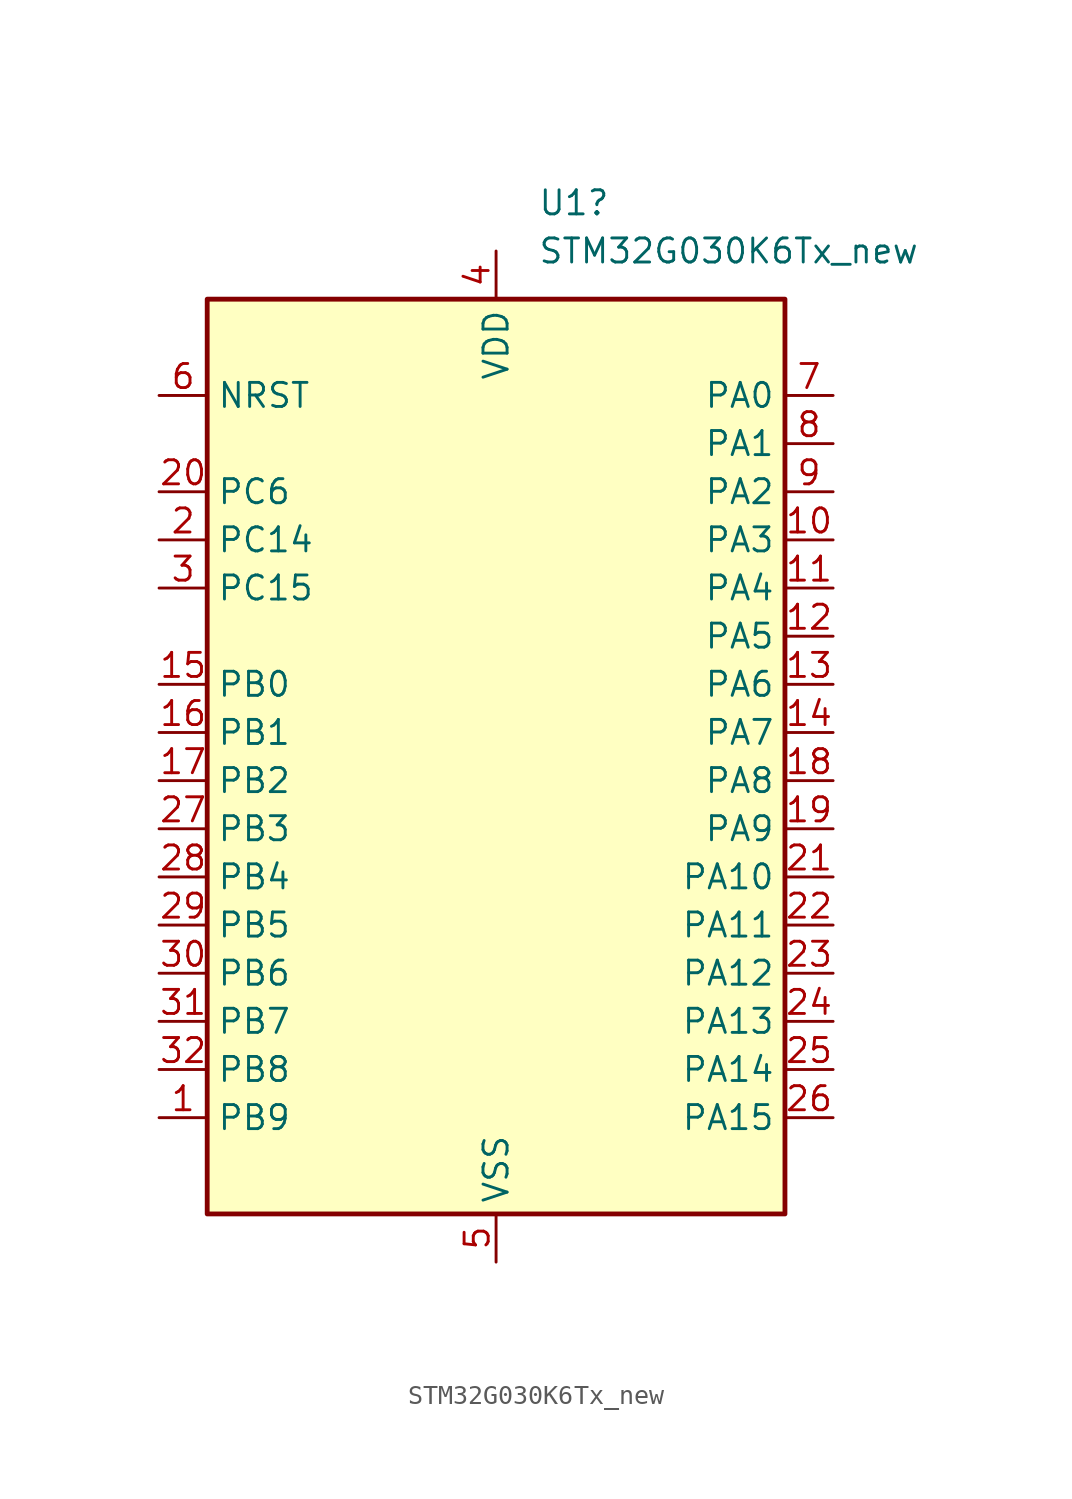
<source format=kicad_sym>
(kicad_symbol_lib
  (version 20231120)
  (generator "kicad_symbol_editor")
  (generator_version "8.0")
  (symbol "STM32G030K6Tx_new"
    (property "Reference" "U1"
      (at 2.194 30.48 0)
      (effects (font (size 1.27 1.27)) (justify left)))
    (property "Value" "STM32G030K6Tx_new"
      (at 2.194 27.94 0)
      (effects (font (size 1.27 1.27)) (justify left)))
    (symbol "STM32G030K6Tx_new_0_1"
      (rectangle (start -15.24 25.4) (end 15.24 -22.86) (stroke (width 0.254) (type default)) (fill (type background))))
    (symbol "STM32G030K6Tx_new_1_1"
      (pin bidirectional line (at -17.78 -17.78 0) (length 2.54) (name "PB9" (effects (font (size 1.27 1.27)))) (number "1" (effects (font (size 1.27 1.27)))) (alternate "I2C1_SDA" bidirectional line) (alternate "IR_OUT" bidirectional line) (alternate "SPI2_NSS" bidirectional line) (alternate "TIM17_CH1" bidirectional line))
      (pin bidirectional line (at 17.78 12.7 180) (length 2.54) (name "PA3" (effects (font (size 1.27 1.27)))) (number "10" (effects (font (size 1.27 1.27)))) (alternate "ADC1_IN3" bidirectional line) (alternate "SPI2_MISO" bidirectional line) (alternate "USART2_RX" bidirectional line))
      (pin bidirectional line (at 17.78 10.16 180) (length 2.54) (name "PA4" (effects (font (size 1.27 1.27)))) (number "11" (effects (font (size 1.27 1.27)))) (alternate "ADC1_IN4" bidirectional line) (alternate "I2S1_WS" bidirectional line) (alternate "RTC_OUT_ALARM" bidirectional line) (alternate "RTC_OUT_CALIB" bidirectional line) (alternate "RTC_TAMP_IN1" bidirectional line) (alternate "RTC_TS" bidirectional line) (alternate "SPI1_NSS" bidirectional line) (alternate "SPI2_MOSI" bidirectional line) (alternate "SYS_WKUP2" bidirectional line) (alternate "TIM14_CH1" bidirectional line))
      (pin bidirectional line (at 17.78 7.62 180) (length 2.54) (name "PA5" (effects (font (size 1.27 1.27)))) (number "12" (effects (font (size 1.27 1.27)))) (alternate "ADC1_IN5" bidirectional line) (alternate "I2S1_CK" bidirectional line) (alternate "SPI1_SCK" bidirectional line))
      (pin bidirectional line (at 17.78 5.08 180) (length 2.54) (name "PA6" (effects (font (size 1.27 1.27)))) (number "13" (effects (font (size 1.27 1.27)))) (alternate "ADC1_IN6" bidirectional line) (alternate "I2S1_MCK" bidirectional line) (alternate "SPI1_MISO" bidirectional line) (alternate "TIM16_CH1" bidirectional line) (alternate "TIM1_BK" bidirectional line) (alternate "TIM3_CH1" bidirectional line))
      (pin bidirectional line (at 17.78 2.54 180) (length 2.54) (name "PA7" (effects (font (size 1.27 1.27)))) (number "14" (effects (font (size 1.27 1.27)))) (alternate "ADC1_IN7" bidirectional line) (alternate "I2S1_SD" bidirectional line) (alternate "SPI1_MOSI" bidirectional line) (alternate "TIM14_CH1" bidirectional line) (alternate "TIM17_CH1" bidirectional line) (alternate "TIM1_CH1N" bidirectional line) (alternate "TIM3_CH2" bidirectional line))
      (pin bidirectional line (at -17.78 5.08 0) (length 2.54) (name "PB0" (effects (font (size 1.27 1.27)))) (number "15" (effects (font (size 1.27 1.27)))) (alternate "ADC1_IN8" bidirectional line) (alternate "I2S1_WS" bidirectional line) (alternate "SPI1_NSS" bidirectional line) (alternate "TIM1_CH2N" bidirectional line) (alternate "TIM3_CH3" bidirectional line))
      (pin bidirectional line (at -17.78 2.54 0) (length 2.54) (name "PB1" (effects (font (size 1.27 1.27)))) (number "16" (effects (font (size 1.27 1.27)))) (alternate "ADC1_IN9" bidirectional line) (alternate "TIM14_CH1" bidirectional line) (alternate "TIM1_CH3N" bidirectional line) (alternate "TIM3_CH4" bidirectional line))
      (pin bidirectional line (at -17.78 0 0) (length 2.54) (name "PB2" (effects (font (size 1.27 1.27)))) (number "17" (effects (font (size 1.27 1.27)))) (alternate "ADC1_IN10" bidirectional line) (alternate "SPI2_MISO" bidirectional line))
      (pin bidirectional line (at 17.78 0 180) (length 2.54) (name "PA8" (effects (font (size 1.27 1.27)))) (number "18" (effects (font (size 1.27 1.27)))) (alternate "RCC_MCO" bidirectional line) (alternate "SPI2_NSS" bidirectional line) (alternate "TIM1_CH1" bidirectional line))
      (pin bidirectional line (at 17.78 -2.54 180) (length 2.54) (name "PA9" (effects (font (size 1.27 1.27)))) (number "19" (effects (font (size 1.27 1.27)))) (alternate "I2C1_SCL (PA9)" bidirectional line) (alternate "NC" bidirectional line) (alternate "PA9" bidirectional line) (alternate "RCC_MCO (PA9)" bidirectional line) (alternate "SPI2_MISO (PA9)" bidirectional line) (alternate "TIM1_CH2 (PA9)" bidirectional line) (alternate "USART1_TX (PA9)" bidirectional line))
      (pin bidirectional line (at -17.78 12.7 0) (length 2.54) (name "PC14" (effects (font (size 1.27 1.27)))) (number "2" (effects (font (size 1.27 1.27)))) (alternate "RCC_OSC32_IN" bidirectional line) (alternate "RCC_OSC_IN" bidirectional line) (alternate "TIM1_BK2" bidirectional line))
      (pin bidirectional line (at -17.78 15.24 0) (length 2.54) (name "PC6" (effects (font (size 1.27 1.27)))) (number "20" (effects (font (size 1.27 1.27)))) (alternate "TIM3_CH1" bidirectional line))
      (pin bidirectional line (at 17.78 -5.08 180) (length 2.54) (name "PA10" (effects (font (size 1.27 1.27)))) (number "21" (effects (font (size 1.27 1.27)))) (alternate "I2C1_SDA (PA10)" bidirectional line) (alternate "NC" bidirectional line) (alternate "PA10" bidirectional line) (alternate "SPI2_MOSI (PA10)" bidirectional line) (alternate "TIM17_BK (PA10)" bidirectional line) (alternate "TIM1_CH3 (PA10)" bidirectional line) (alternate "USART1_RX (PA10)" bidirectional line))
      (pin bidirectional line (at 17.78 -7.62 180) (length 2.54) (name "PA11" (effects (font (size 1.27 1.27)))) (number "22" (effects (font (size 1.27 1.27)))) (alternate "ADC1_EXTI11 (PA11)" bidirectional line) (alternate "ADC1_IN15 (PA11)" bidirectional line) (alternate "I2C1_SCL (PA9)" bidirectional line) (alternate "I2C2_SCL (PA11)" bidirectional line) (alternate "I2S1_MCK (PA11)" bidirectional line) (alternate "PA11" bidirectional line) (alternate "PA9" bidirectional line) (alternate "RCC_MCO (PA9)" bidirectional line) (alternate "SPI1_MISO (PA11)" bidirectional line) (alternate "SPI2_MISO (PA9)" bidirectional line) (alternate "TIM1_BK2 (PA11)" bidirectional line) (alternate "TIM1_CH2 (PA9)" bidirectional line) (alternate "TIM1_CH4 (PA11)" bidirectional line) (alternate "USART1_CTS (PA11)" bidirectional line) (alternate "USART1_NSS (PA11)" bidirectional line) (alternate "USART1_TX (PA9)" bidirectional line))
      (pin bidirectional line (at 17.78 -10.16 180) (length 2.54) (name "PA12" (effects (font (size 1.27 1.27)))) (number "23" (effects (font (size 1.27 1.27)))) (alternate "ADC1_IN16 (PA12)" bidirectional line) (alternate "I2C1_SDA (PA10)" bidirectional line) (alternate "I2C2_SDA (PA12)" bidirectional line) (alternate "I2S1_SD (PA12)" bidirectional line) (alternate "I2S_CKIN (PA12)" bidirectional line) (alternate "PA10" bidirectional line) (alternate "PA12" bidirectional line) (alternate "SPI1_MOSI (PA12)" bidirectional line) (alternate "SPI2_MOSI (PA10)" bidirectional line) (alternate "TIM17_BK (PA10)" bidirectional line) (alternate "TIM1_CH3 (PA10)" bidirectional line) (alternate "TIM1_ETR (PA12)" bidirectional line) (alternate "USART1_CK (PA12)" bidirectional line) (alternate "USART1_DE (PA12)" bidirectional line) (alternate "USART1_RTS (PA12)" bidirectional line) (alternate "USART1_RX (PA10)" bidirectional line))
      (pin bidirectional line (at 17.78 -12.7 180) (length 2.54) (name "PA13" (effects (font (size 1.27 1.27)))) (number "24" (effects (font (size 1.27 1.27)))) (alternate "ADC1_IN17" bidirectional line) (alternate "IR_OUT" bidirectional line) (alternate "SYS_SWDIO" bidirectional line))
      (pin bidirectional line (at 17.78 -15.24 180) (length 2.54) (name "PA14" (effects (font (size 1.27 1.27)))) (number "25" (effects (font (size 1.27 1.27)))) (alternate "ADC1_IN18" bidirectional line) (alternate "SYS_SWCLK" bidirectional line) (alternate "USART2_TX" bidirectional line))
      (pin bidirectional line (at 17.78 -17.78 180) (length 2.54) (name "PA15" (effects (font (size 1.27 1.27)))) (number "26" (effects (font (size 1.27 1.27)))) (alternate "I2S1_WS" bidirectional line) (alternate "SPI1_NSS" bidirectional line) (alternate "USART2_RX" bidirectional line))
      (pin bidirectional line (at -17.78 -2.54 0) (length 2.54) (name "PB3" (effects (font (size 1.27 1.27)))) (number "27" (effects (font (size 1.27 1.27)))) (alternate "I2S1_CK" bidirectional line) (alternate "SPI1_SCK" bidirectional line) (alternate "TIM1_CH2" bidirectional line) (alternate "USART1_CK" bidirectional line) (alternate "USART1_DE" bidirectional line) (alternate "USART1_RTS" bidirectional line))
      (pin bidirectional line (at -17.78 -5.08 0) (length 2.54) (name "PB4" (effects (font (size 1.27 1.27)))) (number "28" (effects (font (size 1.27 1.27)))) (alternate "I2S1_MCK" bidirectional line) (alternate "SPI1_MISO" bidirectional line) (alternate "TIM17_BK" bidirectional line) (alternate "TIM3_CH1" bidirectional line) (alternate "USART1_CTS" bidirectional line) (alternate "USART1_NSS" bidirectional line))
      (pin bidirectional line (at -17.78 -7.62 0) (length 2.54) (name "PB5" (effects (font (size 1.27 1.27)))) (number "29" (effects (font (size 1.27 1.27)))) (alternate "I2C1_SMBA" bidirectional line) (alternate "I2S1_SD" bidirectional line) (alternate "SPI1_MOSI" bidirectional line) (alternate "SYS_WKUP6" bidirectional line) (alternate "TIM16_BK" bidirectional line) (alternate "TIM3_CH2" bidirectional line))
      (pin bidirectional line (at -17.78 10.16 0) (length 2.54) (name "PC15" (effects (font (size 1.27 1.27)))) (number "3" (effects (font (size 1.27 1.27)))) (alternate "RCC_OSC32_EN" bidirectional line) (alternate "RCC_OSC32_OUT" bidirectional line) (alternate "RCC_OSC_EN" bidirectional line))
      (pin bidirectional line (at -17.78 -10.16 0) (length 2.54) (name "PB6" (effects (font (size 1.27 1.27)))) (number "30" (effects (font (size 1.27 1.27)))) (alternate "I2C1_SCL" bidirectional line) (alternate "SPI2_MISO" bidirectional line) (alternate "TIM16_CH1N" bidirectional line) (alternate "TIM1_CH3" bidirectional line) (alternate "USART1_TX" bidirectional line))
      (pin bidirectional line (at -17.78 -12.7 0) (length 2.54) (name "PB7" (effects (font (size 1.27 1.27)))) (number "31" (effects (font (size 1.27 1.27)))) (alternate "ADC1_IN11" bidirectional line) (alternate "I2C1_SDA" bidirectional line) (alternate "SPI2_MOSI" bidirectional line) (alternate "SYS_PVD_IN" bidirectional line) (alternate "TIM17_CH1N" bidirectional line) (alternate "USART1_RX" bidirectional line))
      (pin bidirectional line (at -17.78 -15.24 0) (length 2.54) (name "PB8" (effects (font (size 1.27 1.27)))) (number "32" (effects (font (size 1.27 1.27)))) (alternate "I2C1_SCL" bidirectional line) (alternate "SPI2_SCK" bidirectional line) (alternate "TIM16_CH1" bidirectional line))
      (pin power_in line (at 0 27.94 270) (length 2.54) (name "VDD" (effects (font (size 1.27 1.27)))) (number "4" (effects (font (size 1.27 1.27)))))
      (pin power_in line (at 0 -25.4 90) (length 2.54) (name "VSS" (effects (font (size 1.27 1.27)))) (number "5" (effects (font (size 1.27 1.27)))))
      (pin input line (at -17.78 20.32 0) (length 2.54) (name "NRST" (effects (font (size 1.27 1.27)))) (number "6" (effects (font (size 1.27 1.27)))))
      (pin bidirectional line (at 17.78 20.32 180) (length 2.54) (name "PA0" (effects (font (size 1.27 1.27)))) (number "7" (effects (font (size 1.27 1.27)))) (alternate "ADC1_IN0" bidirectional line) (alternate "RTC_TAMP_IN2" bidirectional line) (alternate "SPI2_SCK" bidirectional line) (alternate "SYS_WKUP1" bidirectional line) (alternate "USART2_CTS" bidirectional line) (alternate "USART2_NSS" bidirectional line))
      (pin bidirectional line (at 17.78 17.78 180) (length 2.54) (name "PA1" (effects (font (size 1.27 1.27)))) (number "8" (effects (font (size 1.27 1.27)))) (alternate "ADC1_IN1" bidirectional line) (alternate "I2C1_SMBA" bidirectional line) (alternate "I2S1_CK" bidirectional line) (alternate "SPI1_SCK" bidirectional line) (alternate "USART2_CK" bidirectional line) (alternate "USART2_DE" bidirectional line) (alternate "USART2_RTS" bidirectional line))
      (pin bidirectional line (at 17.78 15.24 180) (length 2.54) (name "PA2" (effects (font (size 1.27 1.27)))) (number "9" (effects (font (size 1.27 1.27)))) (alternate "ADC1_IN2" bidirectional line) (alternate "I2S1_SD" bidirectional line) (alternate "RCC_LSCO" bidirectional line) (alternate "SPI1_MOSI" bidirectional line) (alternate "SYS_WKUP4" bidirectional line) (alternate "USART2_TX" bidirectional line)))))
</source>
